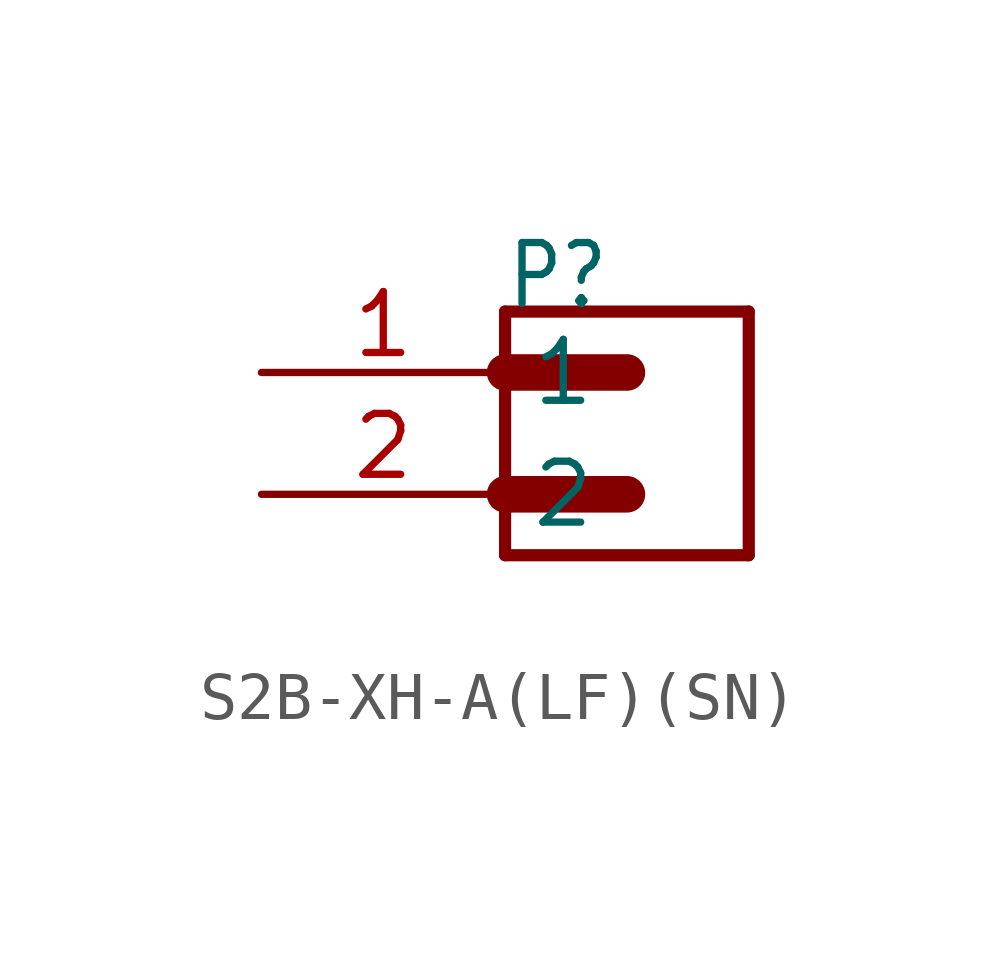
<source format=kicad_sym>
(kicad_symbol_lib
  (version 20231120)
  (generator "kicad_symbol_editor")
  (generator_version "8.0")
  (symbol "S2B-XH-A(LF)(SN)"
    (property "Reference" "P"
      (at -2.544 2.544 0)
      (effects (font (size 1.272 1.081)) (justify left bottom)))
    (property "Value" ""
      (at -2.543 -3.815 0)
      (effects (font (size 1.272 1.081)) (justify left bottom)))
    (property "ki_locked" ""
      (at 0 0 0)
      (effects (font (size 1.27 1.27))))
    (symbol "S2B-XH-A(LF)(SN)_1_0"
      (polyline (pts (xy -2.54 -2.54) (xy 2.54 -2.54)) (stroke (width 0.254) (type solid)) (fill (type none)))
      (polyline (pts (xy -2.54 -1.27) (xy -2.54 -2.54)) (stroke (width 0.254) (type solid)) (fill (type none)))
      (polyline (pts (xy -2.54 -1.27) (xy 0 -1.27)) (stroke (width 0.762) (type solid)) (fill (type none)))
      (polyline (pts (xy -2.54 1.27) (xy -2.54 -1.27)) (stroke (width 0.254) (type solid)) (fill (type none)))
      (polyline (pts (xy -2.54 1.27) (xy 0 1.27)) (stroke (width 0.762) (type solid)) (fill (type none)))
      (polyline (pts (xy -2.54 2.54) (xy -2.54 1.27)) (stroke (width 0.254) (type solid)) (fill (type none)))
      (polyline (pts (xy 2.54 -2.54) (xy 2.54 2.54)) (stroke (width 0.254) (type solid)) (fill (type none)))
      (polyline (pts (xy 2.54 2.54) (xy -2.54 2.54)) (stroke (width 0.254) (type solid)) (fill (type none)))
      (pin passive line (at -7.62 1.27 0) (length 5.08) (name "1" (effects (font (size 1.27 1.27)))) (number "1" (effects (font (size 1.27 1.27)))))
      (pin passive line (at -7.62 -1.27 0) (length 5.08) (name "2" (effects (font (size 1.27 1.27)))) (number "2" (effects (font (size 1.27 1.27))))))))
</source>
